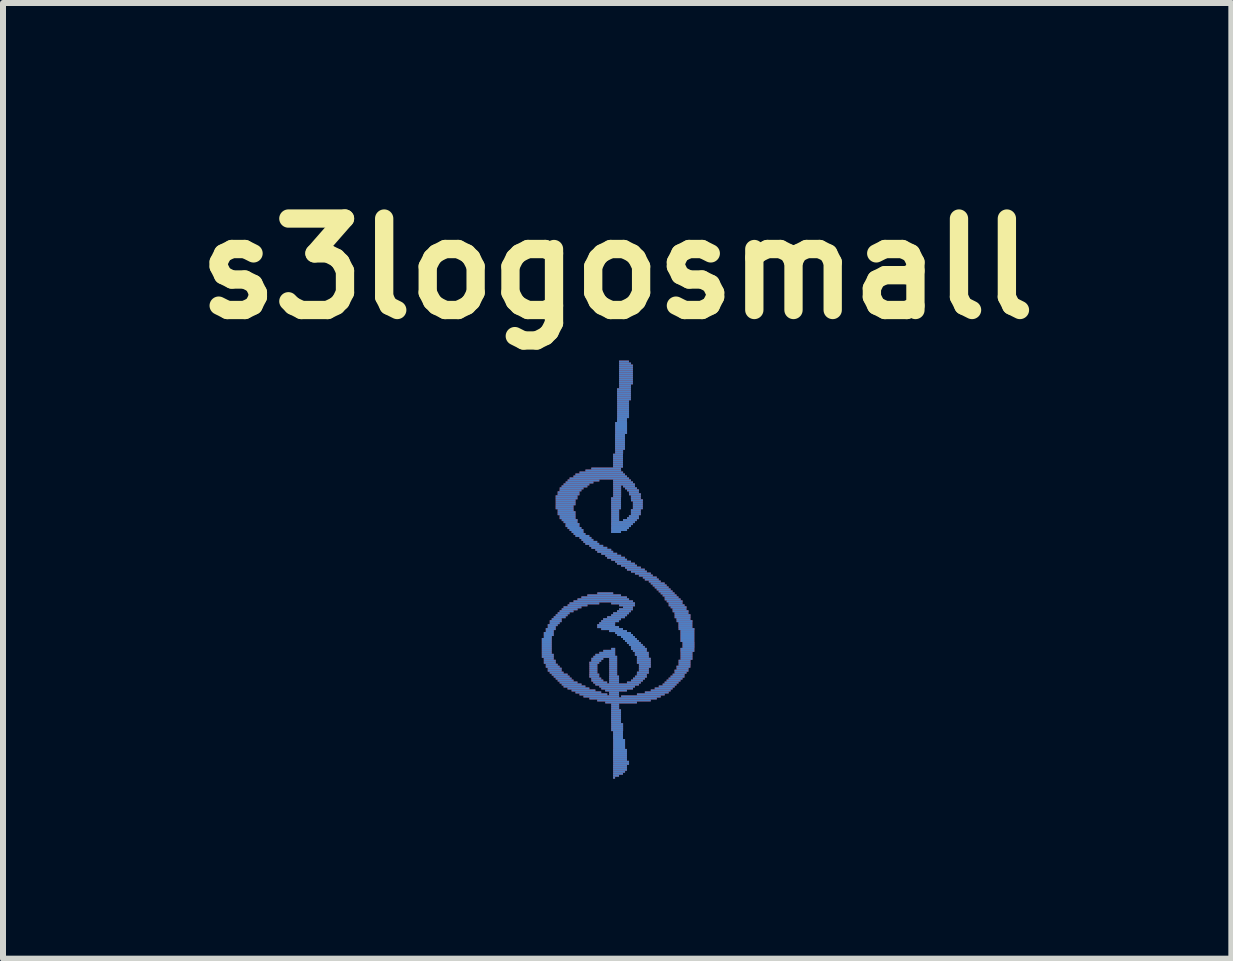
<source format=kicad_pcb>
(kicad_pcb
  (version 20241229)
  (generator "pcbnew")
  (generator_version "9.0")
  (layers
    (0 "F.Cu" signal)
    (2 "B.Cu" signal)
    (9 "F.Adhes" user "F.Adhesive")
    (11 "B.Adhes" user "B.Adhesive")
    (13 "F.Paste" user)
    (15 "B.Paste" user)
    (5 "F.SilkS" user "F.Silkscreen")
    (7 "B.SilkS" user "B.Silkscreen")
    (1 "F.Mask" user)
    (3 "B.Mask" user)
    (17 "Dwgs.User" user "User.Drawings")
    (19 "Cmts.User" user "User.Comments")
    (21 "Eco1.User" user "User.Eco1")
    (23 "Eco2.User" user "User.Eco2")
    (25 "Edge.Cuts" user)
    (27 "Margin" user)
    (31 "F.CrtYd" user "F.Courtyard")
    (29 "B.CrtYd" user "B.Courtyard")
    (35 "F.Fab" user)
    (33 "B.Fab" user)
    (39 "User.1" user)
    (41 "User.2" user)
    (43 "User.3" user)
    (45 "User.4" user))
  (footprint "s3logosmall"
    (layer "F.Cu")
    (at 7.235 6.428)
    (property "Reference" "s3logosmall" (at 0 -5.001 0) (layer "F.SilkS") (effects (font (size 1.524 1.524) (thickness 0.305))))
    (attr exclude_from_pos_files exclude_from_bom)
    (pad "" thru_hole rect (at -1.173 1.171) (size 0.165 0.033) (drill 0.000001) (layers "F.Cu" "F.Paste"))
    (pad "" thru_hole rect (at -1.173 1.204) (size 0.165 0.033) (drill 0.000001) (layers "F.Cu" "F.Paste"))
    (pad "" thru_hole rect (at -1.173 1.237) (size 0.165 0.033) (drill 0.000001) (layers "F.Cu" "F.Paste"))
    (pad "" thru_hole rect (at -1.173 1.27) (size 0.165 0.033) (drill 0.000001) (layers "F.Cu" "F.Paste"))
    (pad "" thru_hole rect (at -1.173 1.303) (size 0.165 0.033) (drill 0.000001) (layers "F.Cu" "F.Paste"))
    (pad "" thru_hole rect (at -1.173 1.336) (size 0.165 0.033) (drill 0.000001) (layers "F.Cu" "F.Paste"))
    (pad "" thru_hole rect (at -1.173 1.369) (size 0.165 0.033) (drill 0.000001) (layers "F.Cu" "F.Paste"))
    (pad "" thru_hole rect (at -1.173 1.402) (size 0.165 0.033) (drill 0.000001) (layers "F.Cu" "F.Paste"))
    (pad "" thru_hole rect (at -1.156 1.138) (size 0.132 0.033) (drill 0.000001) (layers "F.Cu" "F.Paste"))
    (pad "" thru_hole rect (at -1.156 1.435) (size 0.198 0.033) (drill 0.000001) (layers "F.Cu" "F.Paste"))
    (pad "" thru_hole rect (at -1.156 1.468) (size 0.198 0.033) (drill 0.000001) (layers "F.Cu" "F.Paste"))
    (pad "" thru_hole rect (at -1.14 1.072) (size 0.165 0.033) (drill 0.000001) (layers "F.Cu" "F.Paste"))
    (pad "" thru_hole rect (at -1.14 1.105) (size 0.165 0.033) (drill 0.000001) (layers "F.Cu" "F.Paste"))
    (pad "" thru_hole rect (at -1.14 1.501) (size 0.165 0.033) (drill 0.000001) (layers "F.Cu" "F.Paste"))
    (pad "" thru_hole rect (at -1.123 1.039) (size 0.132 0.033) (drill 0.000001) (layers "F.Cu" "F.Paste"))
    (pad "" thru_hole rect (at -1.123 1.534) (size 0.198 0.033) (drill 0.000001) (layers "F.Cu" "F.Paste"))
    (pad "" thru_hole rect (at -1.123 1.567) (size 0.198 0.033) (drill 0.000001) (layers "F.Cu" "F.Paste"))
    (pad "" thru_hole rect (at -1.107 1.006) (size 0.165 0.033) (drill 0.000001) (layers "F.Cu" "F.Paste"))
    (pad "" thru_hole rect (at -1.09 0.973) (size 0.132 0.033) (drill 0.000001) (layers "F.Cu" "F.Paste"))
    (pad "" thru_hole rect (at -1.09 1.6) (size 0.198 0.033) (drill 0.000001) (layers "F.Cu" "F.Paste"))
    (pad "" thru_hole rect (at -1.074 0.94) (size 0.165 0.033) (drill 0.000001) (layers "F.Cu" "F.Paste"))
    (pad "" thru_hole rect (at -1.074 1.633) (size 0.231 0.033) (drill 0.000001) (layers "F.Cu" "F.Paste"))
    (pad "" thru_hole rect (at -1.041 0.907) (size 0.165 0.033) (drill 0.000001) (layers "F.Cu" "F.Paste"))
    (pad "" thru_hole rect (at -1.041 1.666) (size 0.231 0.033) (drill 0.000001) (layers "F.Cu" "F.Paste"))
    (pad "" thru_hole rect (at -1.041 1.699) (size 0.231 0.033) (drill 0.000001) (layers "F.Cu" "F.Paste"))
    (pad "" thru_hole rect (at -1.024 0.874) (size 0.198 0.033) (drill 0.000001) (layers "F.Cu" "F.Paste"))
    (pad "" thru_hole rect (at -1.008 0.841) (size 0.165 0.033) (drill 0.000001) (layers "F.Cu" "F.Paste"))
    (pad "" thru_hole rect (at -1.008 1.732) (size 0.231 0.033) (drill 0.000001) (layers "F.Cu" "F.Paste"))
    (pad "" thru_hole rect (at -0.958 0.808) (size 0.198 0.033) (drill 0.000001) (layers "F.Cu" "F.Paste"))
    (pad "" thru_hole rect (at -0.958 1.765) (size 0.264 0.033) (drill 0.000001) (layers "F.Cu" "F.Paste"))
    (pad "" thru_hole rect (at -0.925 0.775) (size 0.198 0.033) (drill 0.000001) (layers "F.Cu" "F.Paste"))
    (pad "" thru_hole rect (at -0.925 1.798) (size 0.264 0.033) (drill 0.000001) (layers "F.Cu" "F.Paste"))
    (pad "" thru_hole rect (at -0.892 0.742) (size 0.198 0.033) (drill 0.000001) (layers "F.Cu" "F.Paste"))
    (pad "" thru_hole rect (at -0.892 1.831) (size 0.264 0.033) (drill 0.000001) (layers "F.Cu" "F.Paste"))
    (pad "" thru_hole rect (at -0.876 -1.041) (size 0.297 0.033) (drill 0.000001) (layers "F.Cu" "F.Paste"))
    (pad "" thru_hole rect (at -0.876 -1.008) (size 0.297 0.033) (drill 0.000001) (layers "F.Cu" "F.Paste"))
    (pad "" thru_hole rect (at -0.859 -1.14) (size 0.33 0.033) (drill 0.000001) (layers "F.Cu" "F.Paste"))
    (pad "" thru_hole rect (at -0.859 -1.107) (size 0.33 0.033) (drill 0.000001) (layers "F.Cu" "F.Paste"))
    (pad "" thru_hole rect (at -0.859 -1.074) (size 0.33 0.033) (drill 0.000001) (layers "F.Cu" "F.Paste"))
    (pad "" thru_hole rect (at -0.859 -0.975) (size 0.264 0.033) (drill 0.000001) (layers "F.Cu" "F.Paste"))
    (pad "" thru_hole rect (at -0.859 1.864) (size 0.264 0.033) (drill 0.000001) (layers "F.Cu" "F.Paste"))
    (pad "" thru_hole rect (at -0.843 -1.206) (size 0.363 0.033) (drill 0.000001) (layers "F.Cu" "F.Paste"))
    (pad "" thru_hole rect (at -0.843 -1.173) (size 0.363 0.033) (drill 0.000001) (layers "F.Cu" "F.Paste"))
    (pad "" thru_hole rect (at -0.843 -0.942) (size 0.297 0.033) (drill 0.000001) (layers "F.Cu" "F.Paste"))
    (pad "" thru_hole rect (at -0.843 -0.909) (size 0.297 0.033) (drill 0.000001) (layers "F.Cu" "F.Paste"))
    (pad "" thru_hole rect (at -0.843 0.709) (size 0.231 0.033) (drill 0.000001) (layers "F.Cu" "F.Paste"))
    (pad "" thru_hole rect (at -0.826 -0.876) (size 0.264 0.033) (drill 0.000001) (layers "F.Cu" "F.Paste"))
    (pad "" thru_hole rect (at -0.826 -0.843) (size 0.264 0.033) (drill 0.000001) (layers "F.Cu" "F.Paste"))
    (pad "" thru_hole rect (at -0.81 -1.273) (size 0.363 0.033) (drill 0.000001) (layers "F.Cu" "F.Paste"))
    (pad "" thru_hole rect (at -0.81 -1.24) (size 0.363 0.033) (drill 0.000001) (layers "F.Cu" "F.Paste"))
    (pad "" thru_hole rect (at -0.81 1.897) (size 0.297 0.033) (drill 0.000001) (layers "F.Cu" "F.Paste"))
    (pad "" thru_hole rect (at -0.792 -0.81) (size 0.264 0.033) (drill 0.000001) (layers "F.Cu" "F.Paste"))
    (pad "" thru_hole rect (at -0.792 0.676) (size 0.264 0.033) (drill 0.000001) (layers "F.Cu" "F.Paste"))
    (pad "" thru_hole rect (at -0.777 -1.306) (size 0.363 0.033) (drill 0.000001) (layers "F.Cu" "F.Paste"))
    (pad "" thru_hole rect (at -0.777 -0.777) (size 0.231 0.033) (drill 0.000001) (layers "F.Cu" "F.Paste"))
    (pad "" thru_hole rect (at -0.759 -1.339) (size 0.396 0.033) (drill 0.000001) (layers "F.Cu" "F.Paste"))
    (pad "" thru_hole rect (at -0.759 1.93) (size 0.33 0.033) (drill 0.000001) (layers "F.Cu" "F.Paste"))
    (pad "" thru_hole rect (at -0.744 -0.744) (size 0.231 0.033) (drill 0.000001) (layers "F.Cu" "F.Paste"))
    (pad "" thru_hole rect (at -0.744 -0.711) (size 0.231 0.033) (drill 0.000001) (layers "F.Cu" "F.Paste"))
    (pad "" thru_hole rect (at -0.744 0.643) (size 0.297 0.033) (drill 0.000001) (layers "F.Cu" "F.Paste"))
    (pad "" thru_hole rect (at -0.711 -1.372) (size 0.429 0.033) (drill 0.000001) (layers "F.Cu" "F.Paste"))
    (pad "" thru_hole rect (at -0.711 -0.678) (size 0.231 0.033) (drill 0.000001) (layers "F.Cu" "F.Paste"))
    (pad "" thru_hole rect (at -0.711 1.963) (size 0.363 0.033) (drill 0.000001) (layers "F.Cu" "F.Paste"))
    (pad "" thru_hole rect (at -0.678 -1.405) (size 0.429 0.033) (drill 0.000001) (layers "F.Cu" "F.Paste"))
    (pad "" thru_hole rect (at -0.678 -0.645) (size 0.231 0.033) (drill 0.000001) (layers "F.Cu" "F.Paste"))
    (pad "" thru_hole rect (at -0.66 -0.612) (size 0.198 0.033) (drill 0.000001) (layers "F.Cu" "F.Paste"))
    (pad "" thru_hole rect (at -0.66 0.61) (size 0.33 0.033) (drill 0.000001) (layers "F.Cu" "F.Paste"))
    (pad "" thru_hole rect (at -0.645 1.996) (size 0.363 0.033) (drill 0.000001) (layers "F.Cu" "F.Paste"))
    (pad "" thru_hole rect (at -0.627 -1.438) (size 0.462 0.033) (drill 0.000001) (layers "F.Cu" "F.Paste"))
    (pad "" thru_hole rect (at -0.627 -0.579) (size 0.198 0.033) (drill 0.000001) (layers "F.Cu" "F.Paste"))
    (pad "" thru_hole rect (at -0.579 -0.546) (size 0.231 0.033) (drill 0.000001) (layers "F.Cu" "F.Paste"))
    (pad "" thru_hole rect (at -0.561 -1.471) (size 0.528 0.033) (drill 0.000001) (layers "F.Cu" "F.Paste"))
    (pad "" thru_hole rect (at -0.561 2.029) (size 0.396 0.033) (drill 0.000001) (layers "F.Cu" "F.Paste"))
    (pad "" thru_hole rect (at -0.546 0.577) (size 0.495 0.033) (drill 0.000001) (layers "F.Cu" "F.Paste"))
    (pad "" thru_hole rect (at -0.528 -0.513) (size 0.198 0.033) (drill 0.000001) (layers "F.Cu" "F.Paste"))
    (pad "" thru_hole rect (at -0.495 -0.48) (size 0.198 0.033) (drill 0.000001) (layers "F.Cu" "F.Paste"))
    (pad "" thru_hole rect (at -0.48 2.062) (size 0.429 0.033) (drill 0.000001) (layers "F.Cu" "F.Paste"))
    (pad "" thru_hole rect (at -0.447 -0.447) (size 0.231 0.033) (drill 0.000001) (layers "F.Cu" "F.Paste"))
    (pad "" thru_hole rect (at -0.414 -0.414) (size 0.231 0.033) (drill 0.000001) (layers "F.Cu" "F.Paste"))
    (pad "" thru_hole rect (at -0.396 1.6) (size 0.132 0.033) (drill 0.000001) (layers "F.Cu" "F.Paste"))
    (pad "" thru_hole rect (at -0.396 1.633) (size 0.132 0.033) (drill 0.000001) (layers "F.Cu" "F.Paste"))
    (pad "" thru_hole rect (at -0.396 1.666) (size 0.132 0.033) (drill 0.000001) (layers "F.Cu" "F.Paste"))
    (pad "" thru_hole rect (at -0.396 1.699) (size 0.132 0.033) (drill 0.000001) (layers "F.Cu" "F.Paste"))
    (pad "" thru_hole rect (at -0.396 1.732) (size 0.132 0.033) (drill 0.000001) (layers "F.Cu" "F.Paste"))
    (pad "" thru_hole rect (at -0.396 2.095) (size 0.462 0.033) (drill 0.000001) (layers "F.Cu" "F.Paste"))
    (pad "" thru_hole rect (at -0.381 1.567) (size 0.165 0.033) (drill 0.000001) (layers "F.Cu" "F.Paste"))
    (pad "" thru_hole rect (at -0.381 1.765) (size 0.165 0.033) (drill 0.000001) (layers "F.Cu" "F.Paste"))
    (pad "" thru_hole rect (at -0.381 1.798) (size 0.165 0.033) (drill 0.000001) (layers "F.Cu" "F.Paste"))
    (pad "" thru_hole rect (at -0.348 -0.381) (size 0.231 0.033) (drill 0.000001) (layers "F.Cu" "F.Paste"))
    (pad "" thru_hole rect (at -0.348 1.534) (size 0.165 0.033) (drill 0.000001) (layers "F.Cu" "F.Paste"))
    (pad "" thru_hole rect (at -0.348 1.831) (size 0.165 0.033) (drill 0.000001) (layers "F.Cu" "F.Paste"))
    (pad "" thru_hole rect (at -0.33 1.501) (size 0.198 0.033) (drill 0.000001) (layers "F.Cu" "F.Paste"))
    (pad "" thru_hole rect (at -0.33 1.864) (size 0.198 0.033) (drill 0.000001) (layers "F.Cu" "F.Paste"))
    (pad "" thru_hole rect (at -0.297 -1.504) (size 0.991 0.033) (drill 0.000001) (layers "F.Cu" "F.Paste"))
    (pad "" thru_hole rect (at -0.297 -0.348) (size 0.264 0.033) (drill 0.000001) (layers "F.Cu" "F.Paste"))
    (pad "" thru_hole rect (at -0.282 -1.57) (size 0.826 0.033) (drill 0.000001) (layers "F.Cu" "F.Paste"))
    (pad "" thru_hole rect (at -0.282 -1.537) (size 0.892 0.033) (drill 0.000001) (layers "F.Cu" "F.Paste"))
    (pad "" thru_hole rect (at -0.282 1.897) (size 0.231 0.033) (drill 0.000001) (layers "F.Cu" "F.Paste"))
    (pad "" thru_hole rect (at -0.264 -1.603) (size 0.726 0.033) (drill 0.000001) (layers "F.Cu" "F.Paste"))
    (pad "" thru_hole rect (at -0.264 2.129) (size 0.594 0.033) (drill 0.000001) (layers "F.Cu" "F.Paste"))
    (pad "" thru_hole rect (at -0.231 -1.636) (size 0.594 0.033) (drill 0.000001) (layers "F.Cu" "F.Paste"))
    (pad "" thru_hole rect (at -0.231 -0.315) (size 0.264 0.033) (drill 0.000001) (layers "F.Cu" "F.Paste"))
    (pad "" thru_hole rect (at -0.231 0.511) (size 0.859 0.033) (drill 0.000001) (layers "F.Cu" "F.Paste"))
    (pad "" thru_hole rect (at -0.231 0.544) (size 0.991 0.033) (drill 0.000001) (layers "F.Cu" "F.Paste"))
    (pad "" thru_hole rect (at -0.216 0.445) (size 0.561 0.033) (drill 0.000001) (layers "F.Cu" "F.Paste"))
    (pad "" thru_hole rect (at -0.216 0.478) (size 0.759 0.033) (drill 0.000001) (layers "F.Cu" "F.Paste"))
    (pad "" thru_hole rect (at -0.198 -0.282) (size 0.264 0.033) (drill 0.000001) (layers "F.Cu" "F.Paste"))
    (pad "" thru_hole rect (at -0.198 0.411) (size 0.264 0.033) (drill 0.000001) (layers "F.Cu" "F.Paste"))
    (pad "" thru_hole rect (at -0.198 1.435) (size 0.33 0.033) (drill 0.000001) (layers "F.Cu" "F.Paste"))
    (pad "" thru_hole rect (at -0.198 1.468) (size 0.396 0.033) (drill 0.000001) (layers "F.Cu" "F.Paste"))
    (pad "" thru_hole rect (at -0.183 -1.669) (size 0.495 0.033) (drill 0.000001) (layers "F.Cu" "F.Paste"))
    (pad "" thru_hole rect (at -0.183 0.94) (size 0.297 0.033) (drill 0.000001) (layers "F.Cu" "F.Paste"))
    (pad "" thru_hole rect (at -0.165 0.907) (size 0.264 0.033) (drill 0.000001) (layers "F.Cu" "F.Paste"))
    (pad "" thru_hole rect (at -0.165 1.402) (size 0.264 0.033) (drill 0.000001) (layers "F.Cu" "F.Paste"))
    (pad "" thru_hole rect (at -0.15 0.973) (size 0.363 0.033) (drill 0.000001) (layers "F.Cu" "F.Paste"))
    (pad "" thru_hole rect (at -0.132 -0.249) (size 0.264 0.033) (drill 0.000001) (layers "F.Cu" "F.Paste"))
    (pad "" thru_hole rect (at -0.132 1.369) (size 0.198 0.033) (drill 0.000001) (layers "F.Cu" "F.Paste"))
    (pad "" thru_hole rect (at -0.117 0.874) (size 0.297 0.033) (drill 0.000001) (layers "F.Cu" "F.Paste"))
    (pad "" thru_hole rect (at -0.084 0.841) (size 0.297 0.033) (drill 0.000001) (layers "F.Cu" "F.Paste"))
    (pad "" thru_hole rect (at -0.084 1.006) (size 0.363 0.033) (drill 0.000001) (layers "F.Cu" "F.Paste"))
    (pad "" thru_hole rect (at -0.066 -0.216) (size 0.264 0.033) (drill 0.000001) (layers "F.Cu" "F.Paste"))
    (pad "" thru_hole rect (at -0.066 1.336) (size 0.066 0.033) (drill 0.000001) (layers "F.Cu" "F.Paste"))
    (pad "" thru_hole rect (at -0.066 1.501) (size 0.132 0.033) (drill 0.000001) (layers "F.Cu" "F.Paste"))
    (pad "" thru_hole rect (at -0.066 1.534) (size 0.132 0.033) (drill 0.000001) (layers "F.Cu" "F.Paste"))
    (pad "" thru_hole rect (at -0.066 1.567) (size 0.132 0.033) (drill 0.000001) (layers "F.Cu" "F.Paste"))
    (pad "" thru_hole rect (at -0.066 1.6) (size 0.132 0.033) (drill 0.000001) (layers "F.Cu" "F.Paste"))
    (pad "" thru_hole rect (at -0.066 1.633) (size 0.132 0.033) (drill 0.000001) (layers "F.Cu" "F.Paste"))
    (pad "" thru_hole rect (at -0.066 1.666) (size 0.132 0.033) (drill 0.000001) (layers "F.Cu" "F.Paste"))
    (pad "" thru_hole rect (at -0.066 1.699) (size 0.132 0.033) (drill 0.000001) (layers "F.Cu" "F.Paste"))
    (pad "" thru_hole rect (at -0.066 1.732) (size 0.132 0.033) (drill 0.000001) (layers "F.Cu" "F.Paste"))
    (pad "" thru_hole rect (at -0.066 1.765) (size 0.132 0.033) (drill 0.000001) (layers "F.Cu" "F.Paste"))
    (pad "" thru_hole rect (at -0.051 1.798) (size 0.165 0.033) (drill 0.000001) (layers "F.Cu" "F.Paste"))
    (pad "" thru_hole rect (at -0.051 1.831) (size 0.165 0.033) (drill 0.000001) (layers "F.Cu" "F.Paste"))
    (pad "" thru_hole rect (at -0.051 1.864) (size 0.165 0.033) (drill 0.000001) (layers "F.Cu" "F.Paste"))
    (pad "" thru_hole rect (at -0.051 1.897) (size 0.165 0.033) (drill 0.000001) (layers "F.Cu" "F.Paste"))
    (pad "" thru_hole rect (at -0.051 2.062) (size 0.165 0.033) (drill 0.000001) (layers "F.Cu" "F.Paste"))
    (pad "" thru_hole rect (at -0.051 2.095) (size 0.165 0.033) (drill 0.000001) (layers "F.Cu" "F.Paste"))
    (pad "" thru_hole rect (at -0.051 3.482) (size 0.033 0.033) (drill 0.000001) (layers "F.Cu" "F.Paste"))
    (pad "" thru_hole rect (at -0.033 -0.975) (size 0.132 0.033) (drill 0.000001) (layers "F.Cu" "F.Paste"))
    (pad "" thru_hole rect (at -0.033 -0.942) (size 0.132 0.033) (drill 0.000001) (layers "F.Cu" "F.Paste"))
    (pad "" thru_hole rect (at -0.033 -0.909) (size 0.132 0.033) (drill 0.000001) (layers "F.Cu" "F.Paste"))
    (pad "" thru_hole rect (at -0.033 -0.876) (size 0.132 0.033) (drill 0.000001) (layers "F.Cu" "F.Paste"))
    (pad "" thru_hole rect (at -0.033 -0.843) (size 0.132 0.033) (drill 0.000001) (layers "F.Cu" "F.Paste"))
    (pad "" thru_hole rect (at -0.033 -0.81) (size 0.132 0.033) (drill 0.000001) (layers "F.Cu" "F.Paste"))
    (pad "" thru_hole rect (at -0.033 2.261) (size 0.132 0.033) (drill 0.000001) (layers "F.Cu" "F.Paste"))
    (pad "" thru_hole rect (at -0.033 2.294) (size 0.132 0.033) (drill 0.000001) (layers "F.Cu" "F.Paste"))
    (pad "" thru_hole rect (at -0.033 2.327) (size 0.132 0.033) (drill 0.000001) (layers "F.Cu" "F.Paste"))
    (pad "" thru_hole rect (at -0.018 -1.173) (size 0.165 0.033) (drill 0.000001) (layers "F.Cu" "F.Paste"))
    (pad "" thru_hole rect (at -0.018 -1.14) (size 0.165 0.033) (drill 0.000001) (layers "F.Cu" "F.Paste"))
    (pad "" thru_hole rect (at -0.018 -1.107) (size 0.165 0.033) (drill 0.000001) (layers "F.Cu" "F.Paste"))
    (pad "" thru_hole rect (at -0.018 -1.074) (size 0.165 0.033) (drill 0.000001) (layers "F.Cu" "F.Paste"))
    (pad "" thru_hole rect (at -0.018 -1.041) (size 0.165 0.033) (drill 0.000001) (layers "F.Cu" "F.Paste"))
    (pad "" thru_hole rect (at -0.018 -1.008) (size 0.165 0.033) (drill 0.000001) (layers "F.Cu" "F.Paste"))
    (pad "" thru_hole rect (at -0.018 -0.612) (size 0.165 0.033) (drill 0.000001) (layers "F.Cu" "F.Paste"))
    (pad "" thru_hole rect (at -0.018 -0.183) (size 0.297 0.033) (drill 0.000001) (layers "F.Cu" "F.Paste"))
    (pad "" thru_hole rect (at -0.018 0.808) (size 0.297 0.033) (drill 0.000001) (layers "F.Cu" "F.Paste"))
    (pad "" thru_hole rect (at -0.018 2.029) (size 0.363 0.033) (drill 0.000001) (layers "F.Cu" "F.Paste"))
    (pad "" thru_hole rect (at -0.018 2.36) (size 0.165 0.033) (drill 0.000001) (layers "F.Cu" "F.Paste"))
    (pad "" thru_hole rect (at -0.018 2.393) (size 0.165 0.033) (drill 0.000001) (layers "F.Cu" "F.Paste"))
    (pad "" thru_hole rect (at -0.018 2.426) (size 0.165 0.033) (drill 0.000001) (layers "F.Cu" "F.Paste"))
    (pad "" thru_hole rect (at -0.018 2.459) (size 0.165 0.033) (drill 0.000001) (layers "F.Cu" "F.Paste"))
    (pad "" thru_hole rect (at -0.018 2.492) (size 0.165 0.033) (drill 0.000001) (layers "F.Cu" "F.Paste"))
    (pad "" thru_hole rect (at -0.018 2.525) (size 0.165 0.033) (drill 0.000001) (layers "F.Cu" "F.Paste"))
    (pad "" thru_hole rect (at -0.018 2.558) (size 0.165 0.033) (drill 0.000001) (layers "F.Cu" "F.Paste"))
    (pad "" thru_hole rect (at -0.018 3.449) (size 0.099 0.033) (drill 0.000001) (layers "F.Cu" "F.Paste"))
    (pad "" thru_hole rect (at 0 -1.372) (size 0.132 0.033) (drill 0.000001) (layers "F.Cu" "F.Paste"))
    (pad "" thru_hole rect (at 0 -1.339) (size 0.132 0.033) (drill 0.000001) (layers "F.Cu" "F.Paste"))
    (pad "" thru_hole rect (at 0 -1.306) (size 0.132 0.033) (drill 0.000001) (layers "F.Cu" "F.Paste"))
    (pad "" thru_hole rect (at 0 -1.273) (size 0.132 0.033) (drill 0.000001) (layers "F.Cu" "F.Paste"))
    (pad "" thru_hole rect (at 0 -1.24) (size 0.132 0.033) (drill 0.000001) (layers "F.Cu" "F.Paste"))
    (pad "" thru_hole rect (at 0 -1.206) (size 0.132 0.033) (drill 0.000001) (layers "F.Cu" "F.Paste"))
    (pad "" thru_hole rect (at 0 1.93) (size 0.726 0.033) (drill 0.000001) (layers "F.Cu" "F.Paste"))
    (pad "" thru_hole rect (at 0 1.963) (size 0.594 0.033) (drill 0.000001) (layers "F.Cu" "F.Paste"))
    (pad "" thru_hole rect (at 0 1.996) (size 0.528 0.033) (drill 0.000001) (layers "F.Cu" "F.Paste"))
    (pad "" thru_hole rect (at 0 2.591) (size 0.198 0.033) (drill 0.000001) (layers "F.Cu" "F.Paste"))
    (pad "" thru_hole rect (at 0 2.624) (size 0.198 0.033) (drill 0.000001) (layers "F.Cu" "F.Paste"))
    (pad "" thru_hole rect (at 0 2.657) (size 0.198 0.033) (drill 0.000001) (layers "F.Cu" "F.Paste"))
    (pad "" thru_hole rect (at 0 2.69) (size 0.198 0.033) (drill 0.000001) (layers "F.Cu" "F.Paste"))
    (pad "" thru_hole rect (at 0.015 -1.9) (size 0.165 0.033) (drill 0.000001) (layers "F.Cu" "F.Paste"))
    (pad "" thru_hole rect (at 0.015 -1.867) (size 0.165 0.033) (drill 0.000001) (layers "F.Cu" "F.Paste"))
    (pad "" thru_hole rect (at 0.015 -1.834) (size 0.165 0.033) (drill 0.000001) (layers "F.Cu" "F.Paste"))
    (pad "" thru_hole rect (at 0.015 -1.801) (size 0.165 0.033) (drill 0.000001) (layers "F.Cu" "F.Paste"))
    (pad "" thru_hole rect (at 0.015 -1.768) (size 0.165 0.033) (drill 0.000001) (layers "F.Cu" "F.Paste"))
    (pad "" thru_hole rect (at 0.015 -1.735) (size 0.165 0.033) (drill 0.000001) (layers "F.Cu" "F.Paste"))
    (pad "" thru_hole rect (at 0.015 -1.702) (size 0.165 0.033) (drill 0.000001) (layers "F.Cu" "F.Paste"))
    (pad "" thru_hole rect (at 0.015 1.039) (size 0.297 0.033) (drill 0.000001) (layers "F.Cu" "F.Paste"))
    (pad "" thru_hole rect (at 0.015 2.723) (size 0.165 0.033) (drill 0.000001) (layers "F.Cu" "F.Paste"))
    (pad "" thru_hole rect (at 0.015 2.756) (size 0.165 0.033) (drill 0.000001) (layers "F.Cu" "F.Paste"))
    (pad "" thru_hole rect (at 0.015 2.789) (size 0.165 0.033) (drill 0.000001) (layers "F.Cu" "F.Paste"))
    (pad "" thru_hole rect (at 0.015 2.822) (size 0.165 0.033) (drill 0.000001) (layers "F.Cu" "F.Paste"))
    (pad "" thru_hole rect (at 0.015 3.416) (size 0.165 0.033) (drill 0.000001) (layers "F.Cu" "F.Paste"))
    (pad "" thru_hole rect (at 0.033 -1.966) (size 0.132 0.033) (drill 0.000001) (layers "F.Cu" "F.Paste"))
    (pad "" thru_hole rect (at 0.033 -1.933) (size 0.132 0.033) (drill 0.000001) (layers "F.Cu" "F.Paste"))
    (pad "" thru_hole rect (at 0.033 -0.645) (size 0.264 0.033) (drill 0.000001) (layers "F.Cu" "F.Paste"))
    (pad "" thru_hole rect (at 0.033 -0.15) (size 0.264 0.033) (drill 0.000001) (layers "F.Cu" "F.Paste"))
    (pad "" thru_hole rect (at 0.033 0.775) (size 0.264 0.033) (drill 0.000001) (layers "F.Cu" "F.Paste"))
    (pad "" thru_hole rect (at 0.033 2.855) (size 0.198 0.033) (drill 0.000001) (layers "F.Cu" "F.Paste"))
    (pad "" thru_hole rect (at 0.033 2.888) (size 0.198 0.033) (drill 0.000001) (layers "F.Cu" "F.Paste"))
    (pad "" thru_hole rect (at 0.033 2.921) (size 0.198 0.033) (drill 0.000001) (layers "F.Cu" "F.Paste"))
    (pad "" thru_hole rect (at 0.033 2.954) (size 0.198 0.033) (drill 0.000001) (layers "F.Cu" "F.Paste"))
    (pad "" thru_hole rect (at 0.033 2.987) (size 0.198 0.033) (drill 0.000001) (layers "F.Cu" "F.Paste"))
    (pad "" thru_hole rect (at 0.033 3.383) (size 0.198 0.033) (drill 0.000001) (layers "F.Cu" "F.Paste"))
    (pad "" thru_hole rect (at 0.048 -2.23) (size 0.165 0.033) (drill 0.000001) (layers "F.Cu" "F.Paste"))
    (pad "" thru_hole rect (at 0.048 -2.197) (size 0.165 0.033) (drill 0.000001) (layers "F.Cu" "F.Paste"))
    (pad "" thru_hole rect (at 0.048 -2.164) (size 0.165 0.033) (drill 0.000001) (layers "F.Cu" "F.Paste"))
    (pad "" thru_hole rect (at 0.048 -2.131) (size 0.165 0.033) (drill 0.000001) (layers "F.Cu" "F.Paste"))
    (pad "" thru_hole rect (at 0.048 -2.098) (size 0.165 0.033) (drill 0.000001) (layers "F.Cu" "F.Paste"))
    (pad "" thru_hole rect (at 0.048 -2.065) (size 0.165 0.033) (drill 0.000001) (layers "F.Cu" "F.Paste"))
    (pad "" thru_hole rect (at 0.048 -2.032) (size 0.165 0.033) (drill 0.000001) (layers "F.Cu" "F.Paste"))
    (pad "" thru_hole rect (at 0.048 -1.999) (size 0.165 0.033) (drill 0.000001) (layers "F.Cu" "F.Paste"))
    (pad "" thru_hole rect (at 0.048 -0.678) (size 0.297 0.033) (drill 0.000001) (layers "F.Cu" "F.Paste"))
    (pad "" thru_hole rect (at 0.048 3.02) (size 0.231 0.033) (drill 0.000001) (layers "F.Cu" "F.Paste"))
    (pad "" thru_hole rect (at 0.048 3.053) (size 0.231 0.033) (drill 0.000001) (layers "F.Cu" "F.Paste"))
    (pad "" thru_hole rect (at 0.048 3.086) (size 0.231 0.033) (drill 0.000001) (layers "F.Cu" "F.Paste"))
    (pad "" thru_hole rect (at 0.048 3.119) (size 0.231 0.033) (drill 0.000001) (layers "F.Cu" "F.Paste"))
    (pad "" thru_hole rect (at 0.048 3.152) (size 0.231 0.033) (drill 0.000001) (layers "F.Cu" "F.Paste"))
    (pad "" thru_hole rect (at 0.048 3.185) (size 0.231 0.033) (drill 0.000001) (layers "F.Cu" "F.Paste"))
    (pad "" thru_hole rect (at 0.048 3.284) (size 0.231 0.033) (drill 0.000001) (layers "F.Cu" "F.Paste"))
    (pad "" thru_hole rect (at 0.048 3.317) (size 0.231 0.033) (drill 0.000001) (layers "F.Cu" "F.Paste"))
    (pad "" thru_hole rect (at 0.048 3.35) (size 0.231 0.033) (drill 0.000001) (layers "F.Cu" "F.Paste"))
    (pad "" thru_hole rect (at 0.066 -2.428) (size 0.198 0.033) (drill 0.000001) (layers "F.Cu" "F.Paste"))
    (pad "" thru_hole rect (at 0.066 -2.395) (size 0.198 0.033) (drill 0.000001) (layers "F.Cu" "F.Paste"))
    (pad "" thru_hole rect (at 0.066 -2.362) (size 0.198 0.033) (drill 0.000001) (layers "F.Cu" "F.Paste"))
    (pad "" thru_hole rect (at 0.066 -2.329) (size 0.198 0.033) (drill 0.000001) (layers "F.Cu" "F.Paste"))
    (pad "" thru_hole rect (at 0.066 -2.296) (size 0.198 0.033) (drill 0.000001) (layers "F.Cu" "F.Paste"))
    (pad "" thru_hole rect (at 0.066 -2.263) (size 0.198 0.033) (drill 0.000001) (layers "F.Cu" "F.Paste"))
    (pad "" thru_hole rect (at 0.066 -0.711) (size 0.33 0.033) (drill 0.000001) (layers "F.Cu" "F.Paste"))
    (pad "" thru_hole rect (at 0.066 0.742) (size 0.264 0.033) (drill 0.000001) (layers "F.Cu" "F.Paste"))
    (pad "" thru_hole rect (at 0.066 2.228) (size 0.528 0.033) (drill 0.000001) (layers "F.Cu" "F.Paste"))
    (pad "" thru_hole rect (at 0.066 3.218) (size 0.264 0.033) (drill 0.000001) (layers "F.Cu" "F.Paste"))
    (pad "" thru_hole rect (at 0.066 3.251) (size 0.264 0.033) (drill 0.000001) (layers "F.Cu" "F.Paste"))
    (pad "" thru_hole rect (at 0.081 -2.494) (size 0.165 0.033) (drill 0.000001) (layers "F.Cu" "F.Paste"))
    (pad "" thru_hole rect (at 0.081 -2.461) (size 0.165 0.033) (drill 0.000001) (layers "F.Cu" "F.Paste"))
    (pad "" thru_hole rect (at 0.081 -1.471) (size 0.297 0.033) (drill 0.000001) (layers "F.Cu" "F.Paste"))
    (pad "" thru_hole rect (at 0.081 -0.744) (size 0.363 0.033) (drill 0.000001) (layers "F.Cu" "F.Paste"))
    (pad "" thru_hole rect (at 0.099 -2.791) (size 0.198 0.033) (drill 0.000001) (layers "F.Cu" "F.Paste"))
    (pad "" thru_hole rect (at 0.099 -2.758) (size 0.198 0.033) (drill 0.000001) (layers "F.Cu" "F.Paste"))
    (pad "" thru_hole rect (at 0.099 -2.725) (size 0.198 0.033) (drill 0.000001) (layers "F.Cu" "F.Paste"))
    (pad "" thru_hole rect (at 0.099 -2.692) (size 0.198 0.033) (drill 0.000001) (layers "F.Cu" "F.Paste"))
    (pad "" thru_hole rect (at 0.099 -2.659) (size 0.198 0.033) (drill 0.000001) (layers "F.Cu" "F.Paste"))
    (pad "" thru_hole rect (at 0.099 -2.626) (size 0.198 0.033) (drill 0.000001) (layers "F.Cu" "F.Paste"))
    (pad "" thru_hole rect (at 0.099 -2.593) (size 0.198 0.033) (drill 0.000001) (layers "F.Cu" "F.Paste"))
    (pad "" thru_hole rect (at 0.099 -2.56) (size 0.198 0.033) (drill 0.000001) (layers "F.Cu" "F.Paste"))
    (pad "" thru_hole rect (at 0.099 -2.527) (size 0.198 0.033) (drill 0.000001) (layers "F.Cu" "F.Paste"))
    (pad "" thru_hole rect (at 0.099 -1.438) (size 0.33 0.033) (drill 0.000001) (layers "F.Cu" "F.Paste"))
    (pad "" thru_hole rect (at 0.099 -0.777) (size 0.396 0.033) (drill 0.000001) (layers "F.Cu" "F.Paste"))
    (pad "" thru_hole rect (at 0.099 -0.117) (size 0.264 0.033) (drill 0.000001) (layers "F.Cu" "F.Paste"))
    (pad "" thru_hole rect (at 0.099 0.577) (size 0.396 0.033) (drill 0.000001) (layers "F.Cu" "F.Paste"))
    (pad "" thru_hole rect (at 0.099 1.072) (size 0.264 0.033) (drill 0.000001) (layers "F.Cu" "F.Paste"))
    (pad "" thru_hole rect (at 0.099 2.162) (size 1.123 0.033) (drill 0.000001) (layers "F.Cu" "F.Paste"))
    (pad "" thru_hole rect (at 0.114 -3.452) (size 0.165 0.033) (drill 0.000001) (layers "F.Cu" "F.Paste"))
    (pad "" thru_hole rect (at 0.114 -2.99) (size 0.231 0.033) (drill 0.000001) (layers "F.Cu" "F.Paste"))
    (pad "" thru_hole rect (at 0.114 -2.957) (size 0.231 0.033) (drill 0.000001) (layers "F.Cu" "F.Paste"))
    (pad "" thru_hole rect (at 0.114 -2.924) (size 0.231 0.033) (drill 0.000001) (layers "F.Cu" "F.Paste"))
    (pad "" thru_hole rect (at 0.114 -2.891) (size 0.231 0.033) (drill 0.000001) (layers "F.Cu" "F.Paste"))
    (pad "" thru_hole rect (at 0.114 -2.857) (size 0.231 0.033) (drill 0.000001) (layers "F.Cu" "F.Paste"))
    (pad "" thru_hole rect (at 0.114 -2.824) (size 0.231 0.033) (drill 0.000001) (layers "F.Cu" "F.Paste"))
    (pad "" thru_hole rect (at 0.114 -1.405) (size 0.363 0.033) (drill 0.000001) (layers "F.Cu" "F.Paste"))
    (pad "" thru_hole rect (at 0.114 0.709) (size 0.231 0.033) (drill 0.000001) (layers "F.Cu" "F.Paste"))
    (pad "" thru_hole rect (at 0.114 2.195) (size 0.892 0.033) (drill 0.000001) (layers "F.Cu" "F.Paste"))
    (pad "" thru_hole rect (at 0.132 -3.419) (size 0.198 0.033) (drill 0.000001) (layers "F.Cu" "F.Paste"))
    (pad "" thru_hole rect (at 0.132 -3.056) (size 0.198 0.033) (drill 0.000001) (layers "F.Cu" "F.Paste"))
    (pad "" thru_hole rect (at 0.132 -3.023) (size 0.198 0.033) (drill 0.000001) (layers "F.Cu" "F.Paste"))
    (pad "" thru_hole rect (at 0.132 1.105) (size 0.264 0.033) (drill 0.000001) (layers "F.Cu" "F.Paste"))
    (pad "" thru_hole rect (at 0.147 -3.386) (size 0.231 0.033) (drill 0.000001) (layers "F.Cu" "F.Paste"))
    (pad "" thru_hole rect (at 0.147 -3.353) (size 0.231 0.033) (drill 0.000001) (layers "F.Cu" "F.Paste"))
    (pad "" thru_hole rect (at 0.147 -3.32) (size 0.231 0.033) (drill 0.000001) (layers "F.Cu" "F.Paste"))
    (pad "" thru_hole rect (at 0.147 -3.287) (size 0.231 0.033) (drill 0.000001) (layers "F.Cu" "F.Paste"))
    (pad "" thru_hole rect (at 0.147 -3.254) (size 0.231 0.033) (drill 0.000001) (layers "F.Cu" "F.Paste"))
    (pad "" thru_hole rect (at 0.147 -3.221) (size 0.231 0.033) (drill 0.000001) (layers "F.Cu" "F.Paste"))
    (pad "" thru_hole rect (at 0.147 -3.188) (size 0.231 0.033) (drill 0.000001) (layers "F.Cu" "F.Paste"))
    (pad "" thru_hole rect (at 0.147 -3.155) (size 0.231 0.033) (drill 0.000001) (layers "F.Cu" "F.Paste"))
    (pad "" thru_hole rect (at 0.147 -3.122) (size 0.231 0.033) (drill 0.000001) (layers "F.Cu" "F.Paste"))
    (pad "" thru_hole rect (at 0.147 -3.089) (size 0.231 0.033) (drill 0.000001) (layers "F.Cu" "F.Paste"))
    (pad "" thru_hole rect (at 0.147 -0.084) (size 0.297 0.033) (drill 0.000001) (layers "F.Cu" "F.Paste"))
    (pad "" thru_hole rect (at 0.147 0.676) (size 0.231 0.033) (drill 0.000001) (layers "F.Cu" "F.Paste"))
    (pad "" thru_hole rect (at 0.165 0.61) (size 0.264 0.033) (drill 0.000001) (layers "F.Cu" "F.Paste"))
    (pad "" thru_hole rect (at 0.18 0.643) (size 0.165 0.033) (drill 0.000001) (layers "F.Cu" "F.Paste"))
    (pad "" thru_hole rect (at 0.18 1.138) (size 0.231 0.033) (drill 0.000001) (layers "F.Cu" "F.Paste"))
    (pad "" thru_hole rect (at 0.198 -1.372) (size 0.198 0.033) (drill 0.000001) (layers "F.Cu" "F.Paste"))
    (pad "" thru_hole rect (at 0.198 -0.051) (size 0.264 0.033) (drill 0.000001) (layers "F.Cu" "F.Paste"))
    (pad "" thru_hole rect (at 0.213 -0.81) (size 0.231 0.033) (drill 0.000001) (layers "F.Cu" "F.Paste"))
    (pad "" thru_hole rect (at 0.213 1.171) (size 0.231 0.033) (drill 0.000001) (layers "F.Cu" "F.Paste"))
    (pad "" thru_hole rect (at 0.231 -1.339) (size 0.198 0.033) (drill 0.000001) (layers "F.Cu" "F.Paste"))
    (pad "" thru_hole rect (at 0.246 1.204) (size 0.231 0.033) (drill 0.000001) (layers "F.Cu" "F.Paste"))
    (pad "" thru_hole rect (at 0.264 -1.306) (size 0.198 0.033) (drill 0.000001) (layers "F.Cu" "F.Paste"))
    (pad "" thru_hole rect (at 0.264 -0.843) (size 0.198 0.033) (drill 0.000001) (layers "F.Cu" "F.Paste"))
    (pad "" thru_hole rect (at 0.264 -0.018) (size 0.264 0.033) (drill 0.000001) (layers "F.Cu" "F.Paste"))
    (pad "" thru_hole rect (at 0.279 -1.273) (size 0.165 0.033) (drill 0.000001) (layers "F.Cu" "F.Paste"))
    (pad "" thru_hole rect (at 0.279 -0.876) (size 0.165 0.033) (drill 0.000001) (layers "F.Cu" "F.Paste"))
    (pad "" thru_hole rect (at 0.279 1.237) (size 0.231 0.033) (drill 0.000001) (layers "F.Cu" "F.Paste"))
    (pad "" thru_hole rect (at 0.279 1.897) (size 0.231 0.033) (drill 0.000001) (layers "F.Cu" "F.Paste"))
    (pad "" thru_hole rect (at 0.297 -1.24) (size 0.198 0.033) (drill 0.000001) (layers "F.Cu" "F.Paste"))
    (pad "" thru_hole rect (at 0.312 -1.206) (size 0.165 0.033) (drill 0.000001) (layers "F.Cu" "F.Paste"))
    (pad "" thru_hole rect (at 0.312 -1.173) (size 0.165 0.033) (drill 0.000001) (layers "F.Cu" "F.Paste"))
    (pad "" thru_hole rect (at 0.312 -0.975) (size 0.165 0.033) (drill 0.000001) (layers "F.Cu" "F.Paste"))
    (pad "" thru_hole rect (at 0.312 -0.942) (size 0.165 0.033) (drill 0.000001) (layers "F.Cu" "F.Paste"))
    (pad "" thru_hole rect (at 0.312 -0.909) (size 0.165 0.033) (drill 0.000001) (layers "F.Cu" "F.Paste"))
    (pad "" thru_hole rect (at 0.312 0.015) (size 0.297 0.033) (drill 0.000001) (layers "F.Cu" "F.Paste"))
    (pad "" thru_hole rect (at 0.312 1.27) (size 0.231 0.033) (drill 0.000001) (layers "F.Cu" "F.Paste"))
    (pad "" thru_hole rect (at 0.33 -1.14) (size 0.198 0.033) (drill 0.000001) (layers "F.Cu" "F.Paste"))
    (pad "" thru_hole rect (at 0.33 1.864) (size 0.198 0.033) (drill 0.000001) (layers "F.Cu" "F.Paste"))
    (pad "" thru_hole rect (at 0.345 -1.107) (size 0.165 0.033) (drill 0.000001) (layers "F.Cu" "F.Paste"))
    (pad "" thru_hole rect (at 0.345 -1.074) (size 0.165 0.033) (drill 0.000001) (layers "F.Cu" "F.Paste"))
    (pad "" thru_hole rect (at 0.345 -1.041) (size 0.165 0.033) (drill 0.000001) (layers "F.Cu" "F.Paste"))
    (pad "" thru_hole rect (at 0.345 -1.008) (size 0.165 0.033) (drill 0.000001) (layers "F.Cu" "F.Paste"))
    (pad "" thru_hole rect (at 0.345 1.303) (size 0.231 0.033) (drill 0.000001) (layers "F.Cu" "F.Paste"))
    (pad "" thru_hole rect (at 0.363 0.048) (size 0.264 0.033) (drill 0.000001) (layers "F.Cu" "F.Paste"))
    (pad "" thru_hole rect (at 0.363 1.336) (size 0.264 0.033) (drill 0.000001) (layers "F.Cu" "F.Paste"))
    (pad "" thru_hole rect (at 0.363 1.831) (size 0.198 0.033) (drill 0.000001) (layers "F.Cu" "F.Paste"))
    (pad "" thru_hole rect (at 0.378 1.369) (size 0.231 0.033) (drill 0.000001) (layers "F.Cu" "F.Paste"))
    (pad "" thru_hole rect (at 0.396 1.798) (size 0.198 0.033) (drill 0.000001) (layers "F.Cu" "F.Paste"))
    (pad "" thru_hole rect (at 0.396 2.129) (size 0.66 0.033) (drill 0.000001) (layers "F.Cu" "F.Paste"))
    (pad "" thru_hole rect (at 0.411 1.402) (size 0.231 0.033) (drill 0.000001) (layers "F.Cu" "F.Paste"))
    (pad "" thru_hole rect (at 0.411 1.435) (size 0.231 0.033) (drill 0.000001) (layers "F.Cu" "F.Paste"))
    (pad "" thru_hole rect (at 0.411 1.765) (size 0.165 0.033) (drill 0.000001) (layers "F.Cu" "F.Paste"))
    (pad "" thru_hole rect (at 0.429 0.081) (size 0.264 0.033) (drill 0.000001) (layers "F.Cu" "F.Paste"))
    (pad "" thru_hole rect (at 0.429 1.468) (size 0.198 0.033) (drill 0.000001) (layers "F.Cu" "F.Paste"))
    (pad "" thru_hole rect (at 0.429 1.732) (size 0.198 0.033) (drill 0.000001) (layers "F.Cu" "F.Paste"))
    (pad "" thru_hole rect (at 0.445 1.501) (size 0.231 0.033) (drill 0.000001) (layers "F.Cu" "F.Paste"))
    (pad "" thru_hole rect (at 0.445 1.534) (size 0.231 0.033) (drill 0.000001) (layers "F.Cu" "F.Paste"))
    (pad "" thru_hole rect (at 0.445 1.567) (size 0.231 0.033) (drill 0.000001) (layers "F.Cu" "F.Paste"))
    (pad "" thru_hole rect (at 0.445 1.666) (size 0.165 0.033) (drill 0.000001) (layers "F.Cu" "F.Paste"))
    (pad "" thru_hole rect (at 0.445 1.699) (size 0.165 0.033) (drill 0.000001) (layers "F.Cu" "F.Paste"))
    (pad "" thru_hole rect (at 0.462 1.6) (size 0.198 0.033) (drill 0.000001) (layers "F.Cu" "F.Paste"))
    (pad "" thru_hole rect (at 0.462 1.633) (size 0.198 0.033) (drill 0.000001) (layers "F.Cu" "F.Paste"))
    (pad "" thru_hole rect (at 0.478 0.114) (size 0.231 0.033) (drill 0.000001) (layers "F.Cu" "F.Paste"))
    (pad "" thru_hole rect (at 0.544 0.147) (size 0.231 0.033) (drill 0.000001) (layers "F.Cu" "F.Paste"))
    (pad "" thru_hole rect (at 0.561 2.095) (size 0.462 0.033) (drill 0.000001) (layers "F.Cu" "F.Paste"))
    (pad "" thru_hole rect (at 0.577 0.18) (size 0.231 0.033) (drill 0.000001) (layers "F.Cu" "F.Paste"))
    (pad "" thru_hole rect (at 0.627 0.213) (size 0.198 0.033) (drill 0.000001) (layers "F.Cu" "F.Paste"))
    (pad "" thru_hole rect (at 0.66 2.062) (size 0.396 0.033) (drill 0.000001) (layers "F.Cu" "F.Paste"))
    (pad "" thru_hole rect (at 0.676 0.246) (size 0.231 0.033) (drill 0.000001) (layers "F.Cu" "F.Paste"))
    (pad "" thru_hole rect (at 0.709 0.279) (size 0.231 0.033) (drill 0.000001) (layers "F.Cu" "F.Paste"))
    (pad "" thru_hole rect (at 0.726 2.029) (size 0.33 0.033) (drill 0.000001) (layers "F.Cu" "F.Paste"))
    (pad "" thru_hole rect (at 0.742 0.312) (size 0.231 0.033) (drill 0.000001) (layers "F.Cu" "F.Paste"))
    (pad "" thru_hole rect (at 0.775 0.345) (size 0.231 0.033) (drill 0.000001) (layers "F.Cu" "F.Paste"))
    (pad "" thru_hole rect (at 0.775 1.996) (size 0.297 0.033) (drill 0.000001) (layers "F.Cu" "F.Paste"))
    (pad "" thru_hole rect (at 0.808 0.378) (size 0.231 0.033) (drill 0.000001) (layers "F.Cu" "F.Paste"))
    (pad "" thru_hole rect (at 0.826 1.963) (size 0.264 0.033) (drill 0.000001) (layers "F.Cu" "F.Paste"))
    (pad "" thru_hole rect (at 0.841 0.411) (size 0.231 0.033) (drill 0.000001) (layers "F.Cu" "F.Paste"))
    (pad "" thru_hole rect (at 0.874 0.445) (size 0.231 0.033) (drill 0.000001) (layers "F.Cu" "F.Paste"))
    (pad "" thru_hole rect (at 0.874 1.93) (size 0.231 0.033) (drill 0.000001) (layers "F.Cu" "F.Paste"))
    (pad "" thru_hole rect (at 0.907 0.478) (size 0.231 0.033) (drill 0.000001) (layers "F.Cu" "F.Paste"))
    (pad "" thru_hole rect (at 0.907 1.897) (size 0.231 0.033) (drill 0.000001) (layers "F.Cu" "F.Paste"))
    (pad "" thru_hole rect (at 0.925 0.511) (size 0.264 0.033) (drill 0.000001) (layers "F.Cu" "F.Paste"))
    (pad "" thru_hole rect (at 0.94 1.864) (size 0.231 0.033) (drill 0.000001) (layers "F.Cu" "F.Paste"))
    (pad "" thru_hole rect (at 0.958 0.544) (size 0.264 0.033) (drill 0.000001) (layers "F.Cu" "F.Paste"))
    (pad "" thru_hole rect (at 0.973 0.577) (size 0.231 0.033) (drill 0.000001) (layers "F.Cu" "F.Paste"))
    (pad "" thru_hole rect (at 0.973 1.831) (size 0.231 0.033) (drill 0.000001) (layers "F.Cu" "F.Paste"))
    (pad "" thru_hole rect (at 0.991 0.61) (size 0.264 0.033) (drill 0.000001) (layers "F.Cu" "F.Paste"))
    (pad "" thru_hole rect (at 1.006 1.798) (size 0.231 0.033) (drill 0.000001) (layers "F.Cu" "F.Paste"))
    (pad "" thru_hole rect (at 1.024 0.643) (size 0.264 0.033) (drill 0.000001) (layers "F.Cu" "F.Paste"))
    (pad "" thru_hole rect (at 1.024 1.765) (size 0.198 0.033) (drill 0.000001) (layers "F.Cu" "F.Paste"))
    (pad "" thru_hole rect (at 1.039 0.676) (size 0.231 0.033) (drill 0.000001) (layers "F.Cu" "F.Paste"))
    (pad "" thru_hole rect (at 1.057 0.709) (size 0.264 0.033) (drill 0.000001) (layers "F.Cu" "F.Paste"))
    (pad "" thru_hole rect (at 1.057 1.732) (size 0.198 0.033) (drill 0.000001) (layers "F.Cu" "F.Paste"))
    (pad "" thru_hole rect (at 1.072 0.742) (size 0.231 0.033) (drill 0.000001) (layers "F.Cu" "F.Paste"))
    (pad "" thru_hole rect (at 1.072 1.699) (size 0.231 0.033) (drill 0.000001) (layers "F.Cu" "F.Paste"))
    (pad "" thru_hole rect (at 1.09 0.775) (size 0.264 0.033) (drill 0.000001) (layers "F.Cu" "F.Paste"))
    (pad "" thru_hole rect (at 1.09 0.808) (size 0.264 0.033) (drill 0.000001) (layers "F.Cu" "F.Paste"))
    (pad "" thru_hole rect (at 1.09 1.666) (size 0.198 0.033) (drill 0.000001) (layers "F.Cu" "F.Paste"))
    (pad "" thru_hole rect (at 1.105 0.841) (size 0.231 0.033) (drill 0.000001) (layers "F.Cu" "F.Paste"))
    (pad "" thru_hole rect (at 1.105 1.633) (size 0.231 0.033) (drill 0.000001) (layers "F.Cu" "F.Paste"))
    (pad "" thru_hole rect (at 1.123 0.874) (size 0.264 0.033) (drill 0.000001) (layers "F.Cu" "F.Paste"))
    (pad "" thru_hole rect (at 1.123 1.534) (size 0.198 0.033) (drill 0.000001) (layers "F.Cu" "F.Paste"))
    (pad "" thru_hole rect (at 1.123 1.567) (size 0.198 0.033) (drill 0.000001) (layers "F.Cu" "F.Paste"))
    (pad "" thru_hole rect (at 1.123 1.6) (size 0.198 0.033) (drill 0.000001) (layers "F.Cu" "F.Paste"))
    (pad "" thru_hole rect (at 1.138 0.907) (size 0.231 0.033) (drill 0.000001) (layers "F.Cu" "F.Paste"))
    (pad "" thru_hole rect (at 1.138 0.94) (size 0.231 0.033) (drill 0.000001) (layers "F.Cu" "F.Paste"))
    (pad "" thru_hole rect (at 1.138 0.973) (size 0.231 0.033) (drill 0.000001) (layers "F.Cu" "F.Paste"))
    (pad "" thru_hole rect (at 1.156 1.006) (size 0.264 0.033) (drill 0.000001) (layers "F.Cu" "F.Paste"))
    (pad "" thru_hole rect (at 1.156 1.402) (size 0.198 0.033) (drill 0.000001) (layers "F.Cu" "F.Paste"))
    (pad "" thru_hole rect (at 1.156 1.435) (size 0.198 0.033) (drill 0.000001) (layers "F.Cu" "F.Paste"))
    (pad "" thru_hole rect (at 1.156 1.468) (size 0.198 0.033) (drill 0.000001) (layers "F.Cu" "F.Paste"))
    (pad "" thru_hole rect (at 1.156 1.501) (size 0.198 0.033) (drill 0.000001) (layers "F.Cu" "F.Paste"))
    (pad "" thru_hole rect (at 1.171 1.039) (size 0.231 0.033) (drill 0.000001) (layers "F.Cu" "F.Paste"))
    (pad "" thru_hole rect (at 1.171 1.072) (size 0.231 0.033) (drill 0.000001) (layers "F.Cu" "F.Paste"))
    (pad "" thru_hole rect (at 1.171 1.105) (size 0.231 0.033) (drill 0.000001) (layers "F.Cu" "F.Paste"))
    (pad "" thru_hole rect (at 1.171 1.138) (size 0.231 0.033) (drill 0.000001) (layers "F.Cu" "F.Paste"))
    (pad "" thru_hole rect (at 1.171 1.171) (size 0.231 0.033) (drill 0.000001) (layers "F.Cu" "F.Paste"))
    (pad "" thru_hole rect (at 1.171 1.204) (size 0.231 0.033) (drill 0.000001) (layers "F.Cu" "F.Paste"))
    (pad "" thru_hole rect (at 1.171 1.336) (size 0.231 0.033) (drill 0.000001) (layers "F.Cu" "F.Paste"))
    (pad "" thru_hole rect (at 1.171 1.369) (size 0.231 0.033) (drill 0.000001) (layers "F.Cu" "F.Paste"))
    (pad "" thru_hole rect (at 1.189 1.237) (size 0.198 0.033) (drill 0.000001) (layers "F.Cu" "F.Paste"))
    (pad "" thru_hole rect (at 1.189 1.27) (size 0.198 0.033) (drill 0.000001) (layers "F.Cu" "F.Paste"))
    (pad "" thru_hole rect (at 1.189 1.303) (size 0.198 0.033) (drill 0.000001) (layers "F.Cu" "F.Paste")))
  (gr_rect
    (start -3 -3)
    (end 17.471 12.927)
    (stroke (width 0.1) (type default))
    (fill no)
    (layer "Edge.Cuts")))
</source>
